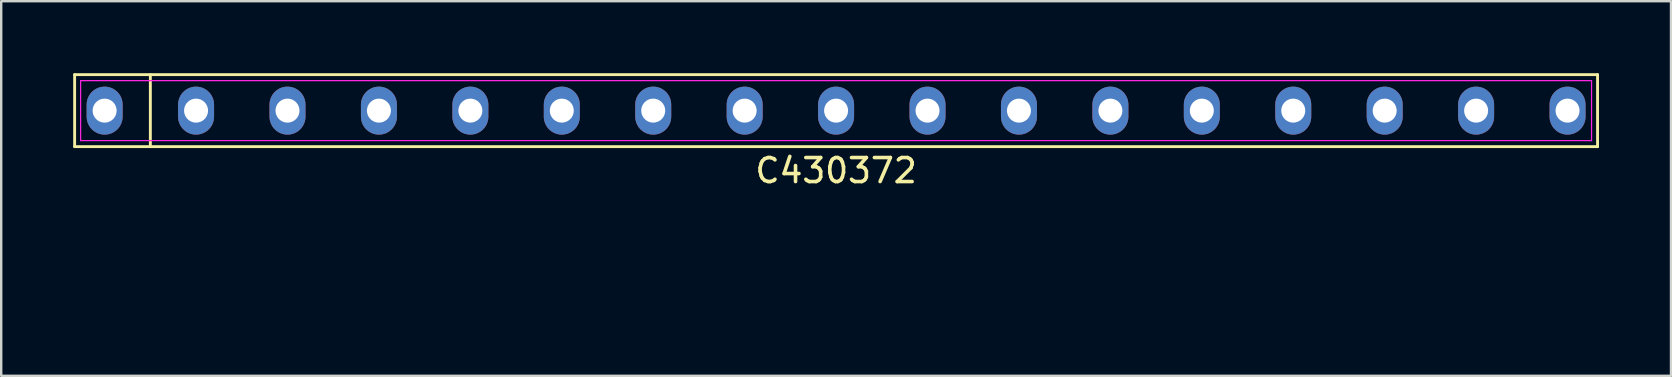
<source format=kicad_pcb>
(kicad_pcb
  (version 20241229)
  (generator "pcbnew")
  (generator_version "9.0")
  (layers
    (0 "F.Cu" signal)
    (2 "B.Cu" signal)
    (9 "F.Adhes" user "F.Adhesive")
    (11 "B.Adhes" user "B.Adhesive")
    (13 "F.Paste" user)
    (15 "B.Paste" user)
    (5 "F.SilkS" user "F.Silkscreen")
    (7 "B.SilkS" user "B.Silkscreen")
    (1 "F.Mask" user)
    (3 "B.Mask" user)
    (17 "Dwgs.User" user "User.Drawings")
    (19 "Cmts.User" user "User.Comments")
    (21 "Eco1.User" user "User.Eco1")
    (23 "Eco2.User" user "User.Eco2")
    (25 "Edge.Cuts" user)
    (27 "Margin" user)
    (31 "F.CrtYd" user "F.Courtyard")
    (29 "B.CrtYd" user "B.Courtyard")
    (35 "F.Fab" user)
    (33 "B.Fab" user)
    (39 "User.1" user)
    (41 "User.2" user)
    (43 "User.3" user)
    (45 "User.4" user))
  (footprint "C430372"
    (layer "F.Cu")
    (at 31.79 1.56)
    (property "Reference" "C430372" (at 0 2.5 0) (layer "F.SilkS") (effects (font (size 1 1) (thickness 0.15))))
    (attr through_hole)
    (fp_line (start -31.73 -1.5) (end 31.73 -1.5) (stroke (width 0.12) (type default)) (layer "F.SilkS"))
    (fp_line (start -31.73 1.5) (end -31.73 -1.5) (stroke (width 0.12) (type default)) (layer "F.SilkS"))
    (fp_line (start -28.575 -1.5) (end -28.575 1.5) (stroke (width 0.12) (type default)) (layer "F.SilkS"))
    (fp_line (start 31.73 -1.5) (end 31.73 1.5) (stroke (width 0.12) (type default)) (layer "F.SilkS"))
    (fp_line (start 31.73 1.5) (end -31.73 1.5) (stroke (width 0.12) (type default)) (layer "F.SilkS"))
    (fp_line (start -31.48 -1.25) (end 31.48 -1.25) (stroke (width 0.05) (type default)) (layer "F.CrtYd"))
    (fp_line (start -31.48 1.25) (end -31.48 -1.25) (stroke (width 0.05) (type default)) (layer "F.CrtYd"))
    (fp_line (start 31.48 -1.25) (end 31.48 1.25) (stroke (width 0.05) (type default)) (layer "F.CrtYd"))
    (fp_line (start 31.48 1.25) (end -31.48 1.25) (stroke (width 0.05) (type default)) (layer "F.CrtYd"))
    (fp_line (start -31.576 8) (end 31.735 8) (stroke (width 0.1) (type solid)) (layer "User.2"))
    (pad "1" thru_hole oval (at -30.48 0) (size 1.5 2) (drill 1) (layers "*.Cu" "*.Mask"))
    (pad "2" thru_hole oval (at -26.67 0) (size 1.5 2) (drill 1) (layers "*.Cu" "*.Mask"))
    (pad "3" thru_hole oval (at -22.86 0) (size 1.5 2) (drill 1) (layers "*.Cu" "*.Mask"))
    (pad "4" thru_hole oval (at -19.05 0) (size 1.5 2) (drill 1) (layers "*.Cu" "*.Mask"))
    (pad "5" thru_hole oval (at -15.24 0) (size 1.5 2) (drill 1) (layers "*.Cu" "*.Mask"))
    (pad "6" thru_hole oval (at -11.43 0) (size 1.5 2) (drill 1) (layers "*.Cu" "*.Mask"))
    (pad "7" thru_hole oval (at -7.62 0) (size 1.5 2) (drill 1) (layers "*.Cu" "*.Mask"))
    (pad "8" thru_hole oval (at -3.81 0) (size 1.5 2) (drill 1) (layers "*.Cu" "*.Mask"))
    (pad "9" thru_hole oval (at 0 0) (size 1.5 2) (drill 1) (layers "*.Cu" "*.Mask"))
    (pad "10" thru_hole oval (at 3.81 0) (size 1.5 2) (drill 1) (layers "*.Cu" "*.Mask"))
    (pad "11" thru_hole oval (at 7.62 0) (size 1.5 2) (drill 1) (layers "*.Cu" "*.Mask"))
    (pad "12" thru_hole oval (at 11.43 0) (size 1.5 2) (drill 1) (layers "*.Cu" "*.Mask"))
    (pad "13" thru_hole oval (at 15.24 0) (size 1.5 2) (drill 1) (layers "*.Cu" "*.Mask"))
    (pad "14" thru_hole oval (at 19.05 0) (size 1.5 2) (drill 1) (layers "*.Cu" "*.Mask"))
    (pad "15" thru_hole oval (at 22.86 0) (size 1.5 2) (drill 1) (layers "*.Cu" "*.Mask"))
    (pad "16" thru_hole oval (at 26.67 0) (size 1.5 2) (drill 1) (layers "*.Cu" "*.Mask"))
    (pad "17" thru_hole oval (at 30.48 0) (size 1.5 2) (drill 1) (layers "*.Cu" "*.Mask")))
  (gr_rect
    (start -3 -3)
    (end 66.58 12.61)
    (stroke (width 0.1) (type default))
    (fill no)
    (layer "Edge.Cuts")))
</source>
